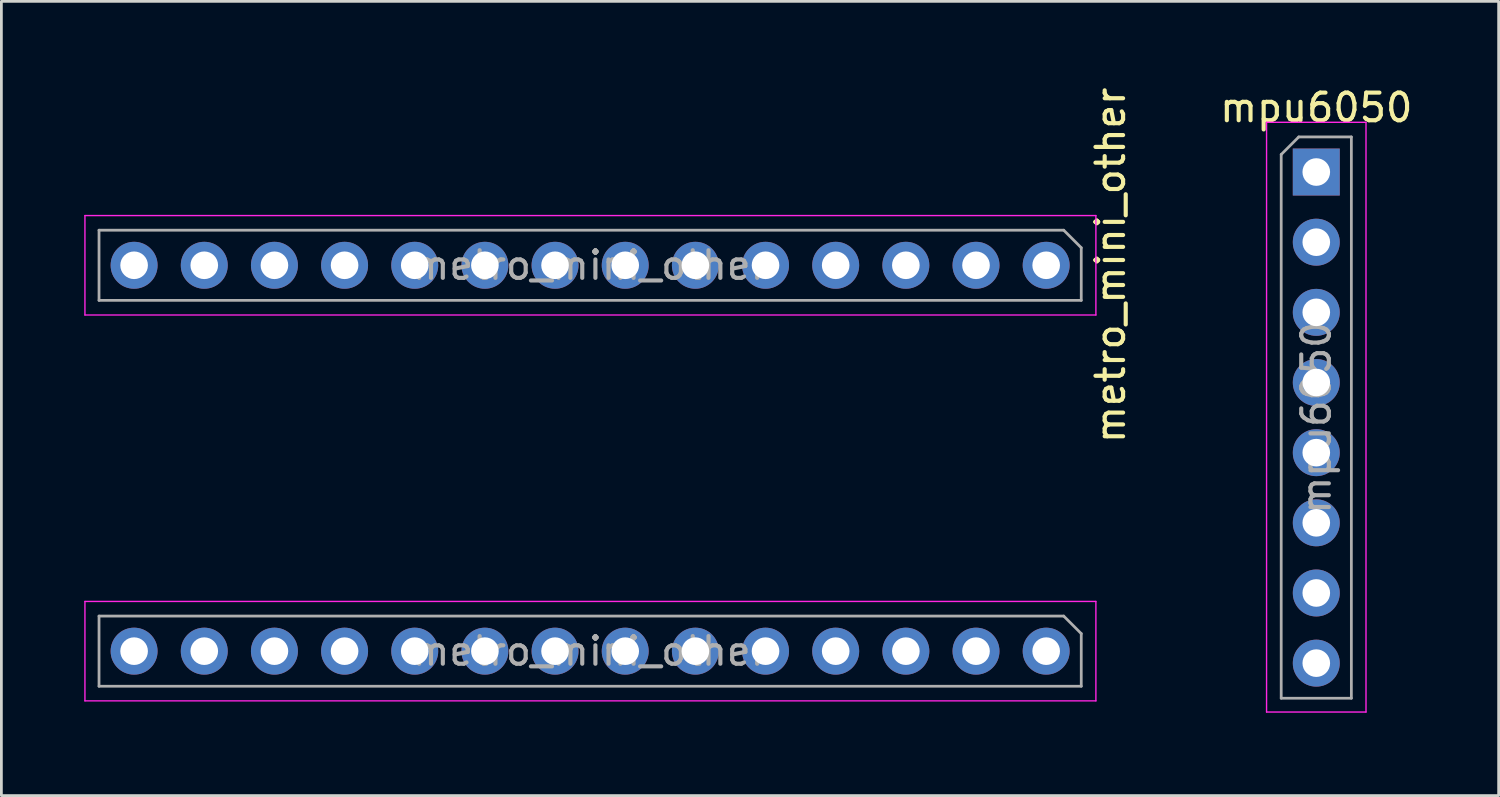
<source format=kicad_pcb>
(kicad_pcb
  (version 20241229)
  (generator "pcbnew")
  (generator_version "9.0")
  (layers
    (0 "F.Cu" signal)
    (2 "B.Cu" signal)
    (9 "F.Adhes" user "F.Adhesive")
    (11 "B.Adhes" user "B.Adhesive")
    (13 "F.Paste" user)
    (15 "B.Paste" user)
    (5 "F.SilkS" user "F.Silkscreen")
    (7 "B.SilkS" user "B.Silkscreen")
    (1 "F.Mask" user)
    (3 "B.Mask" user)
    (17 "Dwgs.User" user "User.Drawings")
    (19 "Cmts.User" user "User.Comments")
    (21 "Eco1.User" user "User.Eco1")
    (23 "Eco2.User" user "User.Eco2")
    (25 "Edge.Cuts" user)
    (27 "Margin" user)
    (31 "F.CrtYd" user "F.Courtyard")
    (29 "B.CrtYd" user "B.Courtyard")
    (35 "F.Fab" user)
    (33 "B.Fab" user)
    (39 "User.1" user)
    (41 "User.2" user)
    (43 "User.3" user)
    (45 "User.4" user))
  (footprint "mpu6050"
    (layer "F.Cu")
    (at 44.604 10.798)
    (property "Reference" "mpu6050" (at 0 -9.95 0) (layer "F.SilkS") (effects (font (size 1 1) (thickness 0.15))))
    (attr through_hole)
    (fp_line (start -1.8 -9.42) (end -1.8 11.93) (stroke (width 0.05) (type solid)) (layer "F.CrtYd"))
    (fp_line (start -1.8 11.93) (end 1.8 11.93) (stroke (width 0.05) (type solid)) (layer "F.CrtYd"))
    (fp_line (start 1.8 -9.42) (end -1.8 -9.42) (stroke (width 0.05) (type solid)) (layer "F.CrtYd"))
    (fp_line (start 1.8 11.93) (end 1.8 -9.42) (stroke (width 0.05) (type solid)) (layer "F.CrtYd"))
    (fp_line (start -1.27 -8.255) (end -0.635 -8.89) (stroke (width 0.1) (type solid)) (layer "F.Fab"))
    (fp_line (start -1.27 11.43) (end -1.27 -8.255) (stroke (width 0.1) (type solid)) (layer "F.Fab"))
    (fp_line (start -0.635 -8.89) (end 1.27 -8.89) (stroke (width 0.1) (type solid)) (layer "F.Fab"))
    (fp_line (start 1.27 -8.89) (end 1.27 11.43) (stroke (width 0.1) (type solid)) (layer "F.Fab"))
    (fp_line (start 1.27 11.43) (end -1.27 11.43) (stroke (width 0.1) (type solid)) (layer "F.Fab"))
    (fp_text user "${REFERENCE}" (at 0 1.27 90) (layer "F.Fab") (effects (font (size 1 1) (thickness 0.15))))
    (pad "1" thru_hole rect (at 0 -7.62) (size 1.7 1.7) (drill 1) (layers "*.Cu" "*.Mask"))
    (pad "2" thru_hole oval (at 0 -5.08) (size 1.7 1.7) (drill 1) (layers "*.Cu" "*.Mask"))
    (pad "3" thru_hole oval (at 0 -2.54) (size 1.7 1.7) (drill 1) (layers "*.Cu" "*.Mask"))
    (pad "4" thru_hole oval (at 0 0) (size 1.7 1.7) (drill 1) (layers "*.Cu" "*.Mask"))
    (pad "5" thru_hole oval (at 0 2.54) (size 1.7 1.7) (drill 1) (layers "*.Cu" "*.Mask"))
    (pad "6" thru_hole oval (at 0 5.08) (size 1.7 1.7) (drill 1) (layers "*.Cu" "*.Mask"))
    (pad "7" thru_hole oval (at 0 7.62) (size 1.7 1.7) (drill 1) (layers "*.Cu" "*.Mask"))
    (pad "8" thru_hole oval (at 0 10.16) (size 1.7 1.7) (drill 1) (layers "*.Cu" "*.Mask")))
  (footprint "metro_mini_other"
    (layer "F.Cu")
    (at 18.315 14.174)
    (property "Reference" "metro_mini_other" (at 18.84 -7.62 270) (layer "F.SilkS") (effects (font (size 1 1) (thickness 0.15))))
    (attr through_hole)
    (fp_line (start -18.29 -9.42) (end -18.29 -5.82) (stroke (width 0.05) (type solid)) (layer "F.CrtYd"))
    (fp_line (start -18.29 -5.82) (end 18.31 -5.82) (stroke (width 0.05) (type solid)) (layer "F.CrtYd"))
    (fp_line (start -18.29 4.55) (end -18.29 8.15) (stroke (width 0.05) (type solid)) (layer "F.CrtYd"))
    (fp_line (start -18.29 8.15) (end 18.31 8.15) (stroke (width 0.05) (type solid)) (layer "F.CrtYd"))
    (fp_line (start 18.31 -9.42) (end -18.29 -9.42) (stroke (width 0.05) (type solid)) (layer "F.CrtYd"))
    (fp_line (start 18.31 -5.82) (end 18.31 -9.42) (stroke (width 0.05) (type solid)) (layer "F.CrtYd"))
    (fp_line (start 18.31 4.55) (end -18.29 4.55) (stroke (width 0.05) (type solid)) (layer "F.CrtYd"))
    (fp_line (start 18.31 8.15) (end 18.31 4.55) (stroke (width 0.05) (type solid)) (layer "F.CrtYd"))
    (fp_line (start -17.78 -8.89) (end 17.145 -8.89) (stroke (width 0.1) (type solid)) (layer "F.Fab"))
    (fp_line (start -17.78 -6.35) (end -17.78 -8.89) (stroke (width 0.1) (type solid)) (layer "F.Fab"))
    (fp_line (start -17.78 5.08) (end 17.145 5.08) (stroke (width 0.1) (type solid)) (layer "F.Fab"))
    (fp_line (start -17.78 7.62) (end -17.78 5.08) (stroke (width 0.1) (type solid)) (layer "F.Fab"))
    (fp_line (start 17.145 -8.89) (end 17.78 -8.255) (stroke (width 0.1) (type solid)) (layer "F.Fab"))
    (fp_line (start 17.145 5.08) (end 17.78 5.715) (stroke (width 0.1) (type solid)) (layer "F.Fab"))
    (fp_line (start 17.78 -8.255) (end 17.78 -6.35) (stroke (width 0.1) (type solid)) (layer "F.Fab"))
    (fp_line (start 17.78 -6.35) (end -17.78 -6.35) (stroke (width 0.1) (type solid)) (layer "F.Fab"))
    (fp_line (start 17.78 5.715) (end 17.78 7.62) (stroke (width 0.1) (type solid)) (layer "F.Fab"))
    (fp_line (start 17.78 7.62) (end -17.78 7.62) (stroke (width 0.1) (type solid)) (layer "F.Fab"))
    (fp_text user "${REFERENCE}" (at 0 6.35 0) (layer "F.Fab") (effects (font (size 1 1) (thickness 0.15))))
    (fp_text user "${REFERENCE}" (at 0 -7.62 0) (layer "F.Fab") (effects (font (size 1 1) (thickness 0.15))))
    (pad "1" thru_hole circle (at 16.51 -7.62 270) (size 1.7 1.7) (drill 1) (layers "*.Cu" "*.Mask"))
    (pad "1" thru_hole circle (at 16.51 6.35 270) (size 1.7 1.7) (drill 1) (layers "*.Cu" "*.Mask"))
    (pad "2" thru_hole oval (at 13.97 -7.62 270) (size 1.7 1.7) (drill 1) (layers "*.Cu" "*.Mask"))
    (pad "2" thru_hole oval (at 13.97 6.35 270) (size 1.7 1.7) (drill 1) (layers "*.Cu" "*.Mask"))
    (pad "3" thru_hole oval (at 11.43 -7.62 270) (size 1.7 1.7) (drill 1) (layers "*.Cu" "*.Mask"))
    (pad "3" thru_hole oval (at 11.43 6.35 270) (size 1.7 1.7) (drill 1) (layers "*.Cu" "*.Mask"))
    (pad "4" thru_hole oval (at 8.89 -7.62 270) (size 1.7 1.7) (drill 1) (layers "*.Cu" "*.Mask"))
    (pad "4" thru_hole oval (at 8.89 6.35 270) (size 1.7 1.7) (drill 1) (layers "*.Cu" "*.Mask"))
    (pad "5" thru_hole oval (at 6.35 -7.62 270) (size 1.7 1.7) (drill 1) (layers "*.Cu" "*.Mask"))
    (pad "5" thru_hole oval (at 6.35 6.35 270) (size 1.7 1.7) (drill 1) (layers "*.Cu" "*.Mask"))
    (pad "6" thru_hole oval (at 3.81 -7.62 270) (size 1.7 1.7) (drill 1) (layers "*.Cu" "*.Mask"))
    (pad "6" thru_hole oval (at 3.81 6.35 270) (size 1.7 1.7) (drill 1) (layers "*.Cu" "*.Mask"))
    (pad "7" thru_hole oval (at 1.27 -7.62 270) (size 1.7 1.7) (drill 1) (layers "*.Cu" "*.Mask"))
    (pad "7" thru_hole oval (at 1.27 6.35 270) (size 1.7 1.7) (drill 1) (layers "*.Cu" "*.Mask"))
    (pad "8" thru_hole oval (at -1.27 -7.62 270) (size 1.7 1.7) (drill 1) (layers "*.Cu" "*.Mask"))
    (pad "8" thru_hole oval (at -1.27 6.35 270) (size 1.7 1.7) (drill 1) (layers "*.Cu" "*.Mask"))
    (pad "9" thru_hole oval (at -3.81 -7.62 270) (size 1.7 1.7) (drill 1) (layers "*.Cu" "*.Mask"))
    (pad "9" thru_hole oval (at -3.81 6.35 270) (size 1.7 1.7) (drill 1) (layers "*.Cu" "*.Mask"))
    (pad "10" thru_hole oval (at -6.35 -7.62 270) (size 1.7 1.7) (drill 1) (layers "*.Cu" "*.Mask"))
    (pad "10" thru_hole oval (at -6.35 6.35 270) (size 1.7 1.7) (drill 1) (layers "*.Cu" "*.Mask"))
    (pad "11" thru_hole oval (at -8.89 -7.62 270) (size 1.7 1.7) (drill 1) (layers "*.Cu" "*.Mask"))
    (pad "11" thru_hole oval (at -8.89 6.35 270) (size 1.7 1.7) (drill 1) (layers "*.Cu" "*.Mask"))
    (pad "12" thru_hole oval (at -11.43 -7.62 270) (size 1.7 1.7) (drill 1) (layers "*.Cu" "*.Mask"))
    (pad "12" thru_hole oval (at -11.43 6.35 270) (size 1.7 1.7) (drill 1) (layers "*.Cu" "*.Mask"))
    (pad "13" thru_hole oval (at -13.97 -7.62 270) (size 1.7 1.7) (drill 1) (layers "*.Cu" "*.Mask"))
    (pad "13" thru_hole oval (at -13.97 6.35 270) (size 1.7 1.7) (drill 1) (layers "*.Cu" "*.Mask"))
    (pad "14" thru_hole oval (at -16.51 -7.62 270) (size 1.7 1.7) (drill 1) (layers "*.Cu" "*.Mask"))
    (pad "14" thru_hole oval (at -16.51 6.35 270) (size 1.7 1.7) (drill 1) (layers "*.Cu" "*.Mask")))
  (gr_rect
    (start -3 -3)
    (end 51.206 25.753)
    (stroke (width 0.1) (type default))
    (fill no)
    (layer "Edge.Cuts")))
</source>
